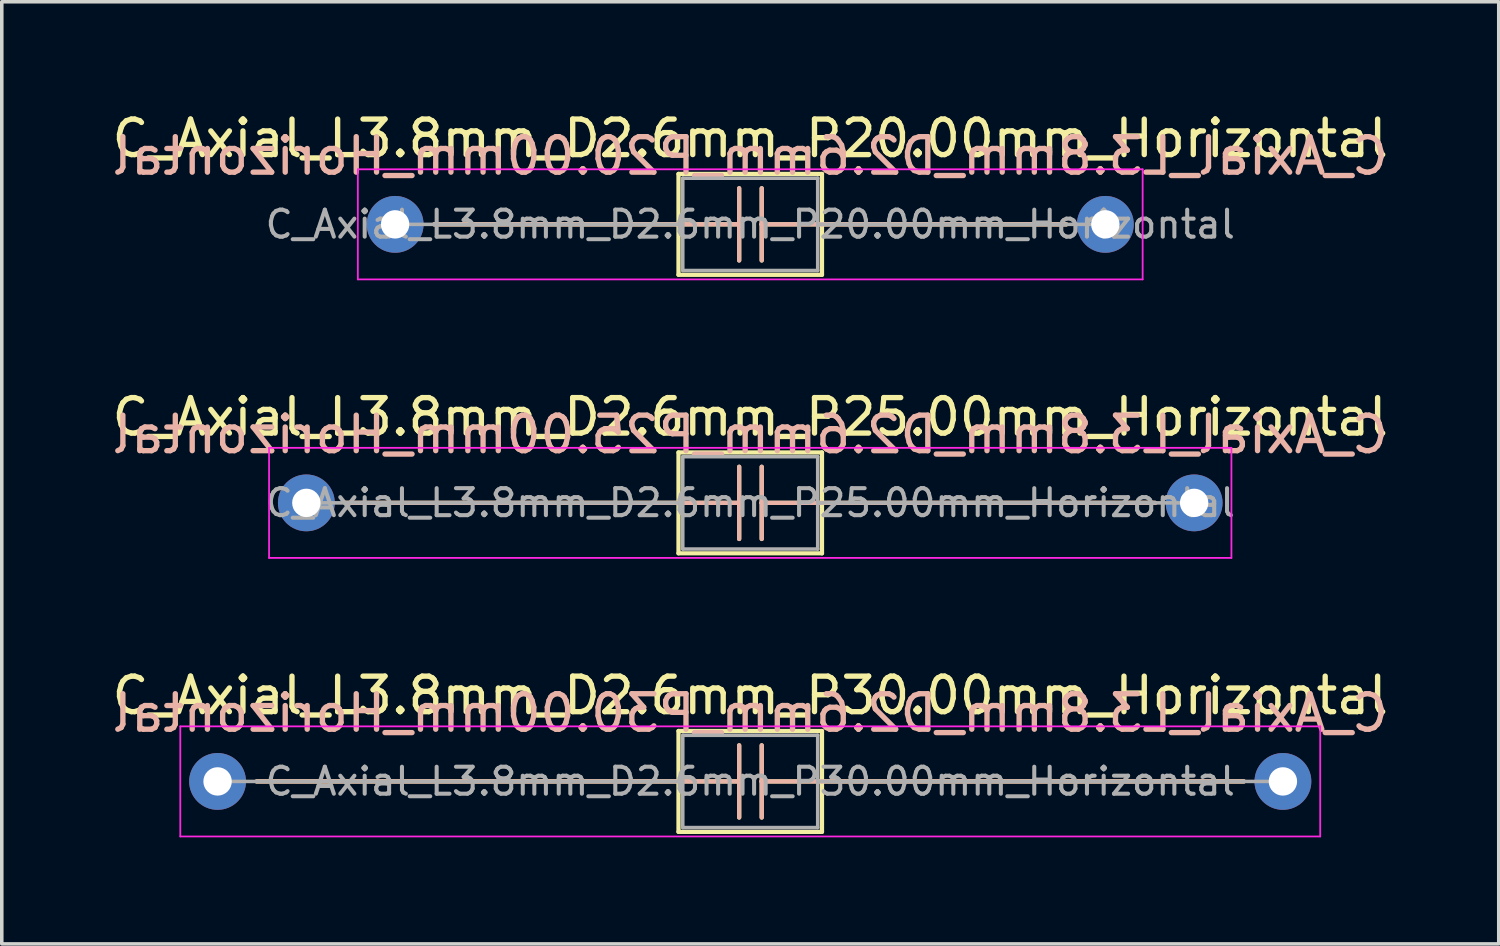
<source format=kicad_pcb>
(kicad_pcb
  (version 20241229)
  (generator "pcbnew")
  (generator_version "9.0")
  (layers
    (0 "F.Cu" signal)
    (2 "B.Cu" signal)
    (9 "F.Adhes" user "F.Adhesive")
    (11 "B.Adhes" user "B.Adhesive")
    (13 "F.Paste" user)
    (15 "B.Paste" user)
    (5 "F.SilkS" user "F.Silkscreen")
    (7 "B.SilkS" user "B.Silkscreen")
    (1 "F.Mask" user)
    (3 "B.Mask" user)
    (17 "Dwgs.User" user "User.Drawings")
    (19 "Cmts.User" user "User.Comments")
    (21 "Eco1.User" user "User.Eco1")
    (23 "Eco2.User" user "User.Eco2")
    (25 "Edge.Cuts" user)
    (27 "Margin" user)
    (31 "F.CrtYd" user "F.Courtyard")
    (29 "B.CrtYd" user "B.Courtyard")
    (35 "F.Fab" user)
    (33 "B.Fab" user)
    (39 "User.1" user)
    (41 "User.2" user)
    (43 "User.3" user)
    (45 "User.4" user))
  (footprint "C_Axial_L3.8mm_D2.6mm_P20.00mm_Horizontal"
    (layer "F.Cu")
    (at 8.077 3.268)
    (property "Reference" "C_Axial_L3.8mm_D2.6mm_P20.00mm_Horizontal" (at 10 -2.42 0) (layer "F.SilkS") (effects (font (size 1 1) (thickness 0.15))))
    (fp_line (start 1.1 0) (end 7.98 0) (stroke (width 0.12) (type solid)) (layer "F.SilkS"))
    (fp_line (start 7.98 -1.42) (end 7.98 1.42) (stroke (width 0.12) (type solid)) (layer "F.SilkS"))
    (fp_line (start 7.98 0) (end 9.688 0) (stroke (width 0.12) (type solid)) (layer "F.SilkS"))
    (fp_line (start 7.98 1.42) (end 12.02 1.42) (stroke (width 0.12) (type solid)) (layer "F.SilkS"))
    (fp_line (start 9.688 0) (end 9.688 -1.016) (stroke (width 0.12) (type solid)) (layer "F.SilkS"))
    (fp_line (start 9.688 0) (end 9.688 1.016) (stroke (width 0.12) (type solid)) (layer "F.SilkS"))
    (fp_line (start 10.323 0) (end 10.323 -1.016) (stroke (width 0.12) (type solid)) (layer "F.SilkS"))
    (fp_line (start 10.323 0) (end 10.323 1.016) (stroke (width 0.12) (type solid)) (layer "F.SilkS"))
    (fp_line (start 12.02 -1.42) (end 7.98 -1.42) (stroke (width 0.12) (type solid)) (layer "F.SilkS"))
    (fp_line (start 12.02 0) (end 10.323 0) (stroke (width 0.12) (type solid)) (layer "F.SilkS"))
    (fp_line (start 12.02 1.42) (end 12.02 -1.42) (stroke (width 0.12) (type solid)) (layer "F.SilkS"))
    (fp_line (start 18.9 0) (end 12.02 0) (stroke (width 0.12) (type solid)) (layer "F.SilkS"))
    (fp_line (start 1.1 0) (end 7.98 0) (stroke (width 0.12) (type solid)) (layer "B.SilkS"))
    (fp_line (start 7.98 0) (end 9.688 0) (stroke (width 0.12) (type solid)) (layer "B.SilkS"))
    (fp_line (start 9.688 0) (end 9.688 -1.016) (stroke (width 0.12) (type solid)) (layer "B.SilkS"))
    (fp_line (start 9.688 0) (end 9.688 1.016) (stroke (width 0.12) (type solid)) (layer "B.SilkS"))
    (fp_line (start 10.323 0) (end 10.323 -1.016) (stroke (width 0.12) (type solid)) (layer "B.SilkS"))
    (fp_line (start 10.323 0) (end 10.323 1.016) (stroke (width 0.12) (type solid)) (layer "B.SilkS"))
    (fp_line (start 12.02 0) (end 10.323 0) (stroke (width 0.12) (type solid)) (layer "B.SilkS"))
    (fp_line (start 18.9 0) (end 12.02 0) (stroke (width 0.12) (type solid)) (layer "B.SilkS"))
    (fp_line (start -1.05 -1.55) (end -1.05 1.55) (stroke (width 0.05) (type solid)) (layer "F.CrtYd"))
    (fp_line (start -1.05 1.55) (end 21.05 1.55) (stroke (width 0.05) (type solid)) (layer "F.CrtYd"))
    (fp_line (start 21.05 -1.55) (end -1.05 -1.55) (stroke (width 0.05) (type solid)) (layer "F.CrtYd"))
    (fp_line (start 21.05 1.55) (end 21.05 -1.55) (stroke (width 0.05) (type solid)) (layer "F.CrtYd"))
    (fp_line (start 0 0) (end 8.1 0) (stroke (width 0.1) (type solid)) (layer "F.Fab"))
    (fp_line (start 8.1 -1.3) (end 8.1 1.3) (stroke (width 0.1) (type solid)) (layer "F.Fab"))
    (fp_line (start 8.1 1.3) (end 11.9 1.3) (stroke (width 0.1) (type solid)) (layer "F.Fab"))
    (fp_line (start 11.9 -1.3) (end 8.1 -1.3) (stroke (width 0.1) (type solid)) (layer "F.Fab"))
    (fp_line (start 11.9 1.3) (end 11.9 -1.3) (stroke (width 0.1) (type solid)) (layer "F.Fab"))
    (fp_line (start 20 0) (end 11.9 0) (stroke (width 0.1) (type solid)) (layer "F.Fab"))
    (fp_text user "${REFERENCE}" (at 10 -1.925 0) (layer "B.SilkS") (effects (font (size 1 1) (thickness 0.15)) (justify mirror)))
    (fp_text user "${REFERENCE}" (at 10 0 0) (layer "F.Fab") (effects (font (size 0.76 0.76) (thickness 0.114))))
    (pad "1" thru_hole circle (at 0 0) (size 1.6 1.6) (drill 0.8) (layers "*.Cu" "*.Mask"))
    (pad "2" thru_hole oval (at 20 0) (size 1.6 1.6) (drill 0.8) (layers "*.Cu" "*.Mask")))
  (footprint "C_Axial_L3.8mm_D2.6mm_P30.00mm_Horizontal"
    (layer "F.Cu")
    (at 3.077 18.955)
    (property "Reference" "C_Axial_L3.8mm_D2.6mm_P30.00mm_Horizontal" (at 15 -2.42 0) (layer "F.SilkS") (effects (font (size 1 1) (thickness 0.15))))
    (fp_line (start 1.1 0) (end 12.98 0) (stroke (width 0.12) (type solid)) (layer "F.SilkS"))
    (fp_line (start 12.98 -1.42) (end 12.98 1.42) (stroke (width 0.12) (type solid)) (layer "F.SilkS"))
    (fp_line (start 12.98 0) (end 14.688 0) (stroke (width 0.12) (type solid)) (layer "F.SilkS"))
    (fp_line (start 12.98 1.42) (end 17.02 1.42) (stroke (width 0.12) (type solid)) (layer "F.SilkS"))
    (fp_line (start 14.688 0) (end 14.688 -1.016) (stroke (width 0.12) (type solid)) (layer "F.SilkS"))
    (fp_line (start 14.688 0) (end 14.688 1.016) (stroke (width 0.12) (type solid)) (layer "F.SilkS"))
    (fp_line (start 15.323 0) (end 15.323 -1.016) (stroke (width 0.12) (type solid)) (layer "F.SilkS"))
    (fp_line (start 15.323 0) (end 15.323 1.016) (stroke (width 0.12) (type solid)) (layer "F.SilkS"))
    (fp_line (start 17.018 0) (end 15.323 0) (stroke (width 0.12) (type solid)) (layer "F.SilkS"))
    (fp_line (start 17.02 -1.42) (end 12.98 -1.42) (stroke (width 0.12) (type solid)) (layer "F.SilkS"))
    (fp_line (start 17.02 1.42) (end 17.02 -1.42) (stroke (width 0.12) (type solid)) (layer "F.SilkS"))
    (fp_line (start 28.9 0) (end 17.02 0) (stroke (width 0.12) (type solid)) (layer "F.SilkS"))
    (fp_line (start 1.1 0) (end 12.98 0) (stroke (width 0.12) (type solid)) (layer "B.SilkS"))
    (fp_line (start 12.98 0) (end 14.688 0) (stroke (width 0.12) (type solid)) (layer "B.SilkS"))
    (fp_line (start 14.688 0) (end 14.688 -1.016) (stroke (width 0.12) (type solid)) (layer "B.SilkS"))
    (fp_line (start 14.688 0) (end 14.688 1.016) (stroke (width 0.12) (type solid)) (layer "B.SilkS"))
    (fp_line (start 15.323 0) (end 15.323 -1.016) (stroke (width 0.12) (type solid)) (layer "B.SilkS"))
    (fp_line (start 15.323 0) (end 15.323 1.016) (stroke (width 0.12) (type solid)) (layer "B.SilkS"))
    (fp_line (start 17.018 0) (end 15.323 0) (stroke (width 0.12) (type solid)) (layer "B.SilkS"))
    (fp_line (start 28.9 0) (end 17.02 0) (stroke (width 0.12) (type solid)) (layer "B.SilkS"))
    (fp_line (start -1.05 -1.55) (end -1.05 1.55) (stroke (width 0.05) (type solid)) (layer "F.CrtYd"))
    (fp_line (start -1.05 1.55) (end 31.05 1.55) (stroke (width 0.05) (type solid)) (layer "F.CrtYd"))
    (fp_line (start 31.05 -1.55) (end -1.05 -1.55) (stroke (width 0.05) (type solid)) (layer "F.CrtYd"))
    (fp_line (start 31.05 1.55) (end 31.05 -1.55) (stroke (width 0.05) (type solid)) (layer "F.CrtYd"))
    (fp_line (start 0 0) (end 13.1 0) (stroke (width 0.1) (type solid)) (layer "F.Fab"))
    (fp_line (start 13.1 -1.3) (end 13.1 1.3) (stroke (width 0.1) (type solid)) (layer "F.Fab"))
    (fp_line (start 13.1 1.3) (end 16.9 1.3) (stroke (width 0.1) (type solid)) (layer "F.Fab"))
    (fp_line (start 16.9 -1.3) (end 13.1 -1.3) (stroke (width 0.1) (type solid)) (layer "F.Fab"))
    (fp_line (start 16.9 1.3) (end 16.9 -1.3) (stroke (width 0.1) (type solid)) (layer "F.Fab"))
    (fp_line (start 30 0) (end 16.9 0) (stroke (width 0.1) (type solid)) (layer "F.Fab"))
    (fp_text user "${REFERENCE}" (at 15 -1.925 0) (layer "B.SilkS") (effects (font (size 1 1) (thickness 0.15)) (justify mirror)))
    (fp_text user "${REFERENCE}" (at 15 0 0) (layer "F.Fab") (effects (font (size 0.76 0.76) (thickness 0.114))))
    (pad "1" thru_hole circle (at 0 0) (size 1.6 1.6) (drill 0.8) (layers "*.Cu" "*.Mask"))
    (pad "2" thru_hole oval (at 30 0) (size 1.6 1.6) (drill 0.8) (layers "*.Cu" "*.Mask")))
  (footprint "C_Axial_L3.8mm_D2.6mm_P25.00mm_Horizontal"
    (layer "F.Cu")
    (at 5.577 11.111)
    (property "Reference" "C_Axial_L3.8mm_D2.6mm_P25.00mm_Horizontal" (at 12.5 -2.42 0) (layer "F.SilkS") (effects (font (size 1 1) (thickness 0.15))))
    (fp_line (start 1.1 0) (end 10.48 0) (stroke (width 0.12) (type solid)) (layer "F.SilkS"))
    (fp_line (start 10.48 -1.42) (end 10.48 1.42) (stroke (width 0.12) (type solid)) (layer "F.SilkS"))
    (fp_line (start 10.48 0) (end 12.188 0) (stroke (width 0.12) (type solid)) (layer "F.SilkS"))
    (fp_line (start 10.48 1.42) (end 14.52 1.42) (stroke (width 0.12) (type solid)) (layer "F.SilkS"))
    (fp_line (start 12.188 0) (end 12.188 -1.016) (stroke (width 0.12) (type solid)) (layer "F.SilkS"))
    (fp_line (start 12.188 0) (end 12.188 1.016) (stroke (width 0.12) (type solid)) (layer "F.SilkS"))
    (fp_line (start 12.823 0) (end 12.823 -1.016) (stroke (width 0.12) (type solid)) (layer "F.SilkS"))
    (fp_line (start 12.823 0) (end 12.823 1.016) (stroke (width 0.12) (type solid)) (layer "F.SilkS"))
    (fp_line (start 14.52 -1.42) (end 10.48 -1.42) (stroke (width 0.12) (type solid)) (layer "F.SilkS"))
    (fp_line (start 14.52 0) (end 12.823 0) (stroke (width 0.12) (type solid)) (layer "F.SilkS"))
    (fp_line (start 14.52 1.42) (end 14.52 -1.42) (stroke (width 0.12) (type solid)) (layer "F.SilkS"))
    (fp_line (start 23.9 0) (end 14.52 0) (stroke (width 0.12) (type solid)) (layer "F.SilkS"))
    (fp_line (start 1.1 0) (end 10.48 0) (stroke (width 0.12) (type solid)) (layer "B.SilkS"))
    (fp_line (start 10.48 0) (end 12.188 0) (stroke (width 0.12) (type solid)) (layer "B.SilkS"))
    (fp_line (start 12.188 0) (end 12.188 -1.016) (stroke (width 0.12) (type solid)) (layer "B.SilkS"))
    (fp_line (start 12.188 0) (end 12.188 1.016) (stroke (width 0.12) (type solid)) (layer "B.SilkS"))
    (fp_line (start 12.823 0) (end 12.823 -1.016) (stroke (width 0.12) (type solid)) (layer "B.SilkS"))
    (fp_line (start 12.823 0) (end 12.823 1.016) (stroke (width 0.12) (type solid)) (layer "B.SilkS"))
    (fp_line (start 14.52 0) (end 12.823 0) (stroke (width 0.12) (type solid)) (layer "B.SilkS"))
    (fp_line (start 23.9 0) (end 14.52 0) (stroke (width 0.12) (type solid)) (layer "B.SilkS"))
    (fp_line (start -1.05 -1.55) (end -1.05 1.55) (stroke (width 0.05) (type solid)) (layer "F.CrtYd"))
    (fp_line (start -1.05 1.55) (end 26.05 1.55) (stroke (width 0.05) (type solid)) (layer "F.CrtYd"))
    (fp_line (start 26.05 -1.55) (end -1.05 -1.55) (stroke (width 0.05) (type solid)) (layer "F.CrtYd"))
    (fp_line (start 26.05 1.55) (end 26.05 -1.55) (stroke (width 0.05) (type solid)) (layer "F.CrtYd"))
    (fp_line (start 0 0) (end 10.6 0) (stroke (width 0.1) (type solid)) (layer "F.Fab"))
    (fp_line (start 10.6 -1.3) (end 10.6 1.3) (stroke (width 0.1) (type solid)) (layer "F.Fab"))
    (fp_line (start 10.6 1.3) (end 14.4 1.3) (stroke (width 0.1) (type solid)) (layer "F.Fab"))
    (fp_line (start 14.4 -1.3) (end 10.6 -1.3) (stroke (width 0.1) (type solid)) (layer "F.Fab"))
    (fp_line (start 14.4 1.3) (end 14.4 -1.3) (stroke (width 0.1) (type solid)) (layer "F.Fab"))
    (fp_line (start 25 0) (end 14.4 0) (stroke (width 0.1) (type solid)) (layer "F.Fab"))
    (fp_text user "${REFERENCE}" (at 12.5 -1.925 0) (layer "B.SilkS") (effects (font (size 1 1) (thickness 0.15)) (justify mirror)))
    (fp_text user "${REFERENCE}" (at 12.5 0 0) (layer "F.Fab") (effects (font (size 0.76 0.76) (thickness 0.114))))
    (pad "1" thru_hole circle (at 0 0) (size 1.6 1.6) (drill 0.8) (layers "*.Cu" "*.Mask"))
    (pad "2" thru_hole oval (at 25 0) (size 1.6 1.6) (drill 0.8) (layers "*.Cu" "*.Mask")))
  (gr_rect
    (start -3 -3)
    (end 39.155 23.53)
    (stroke (width 0.1) (type default))
    (fill no)
    (layer "Edge.Cuts")))
</source>
